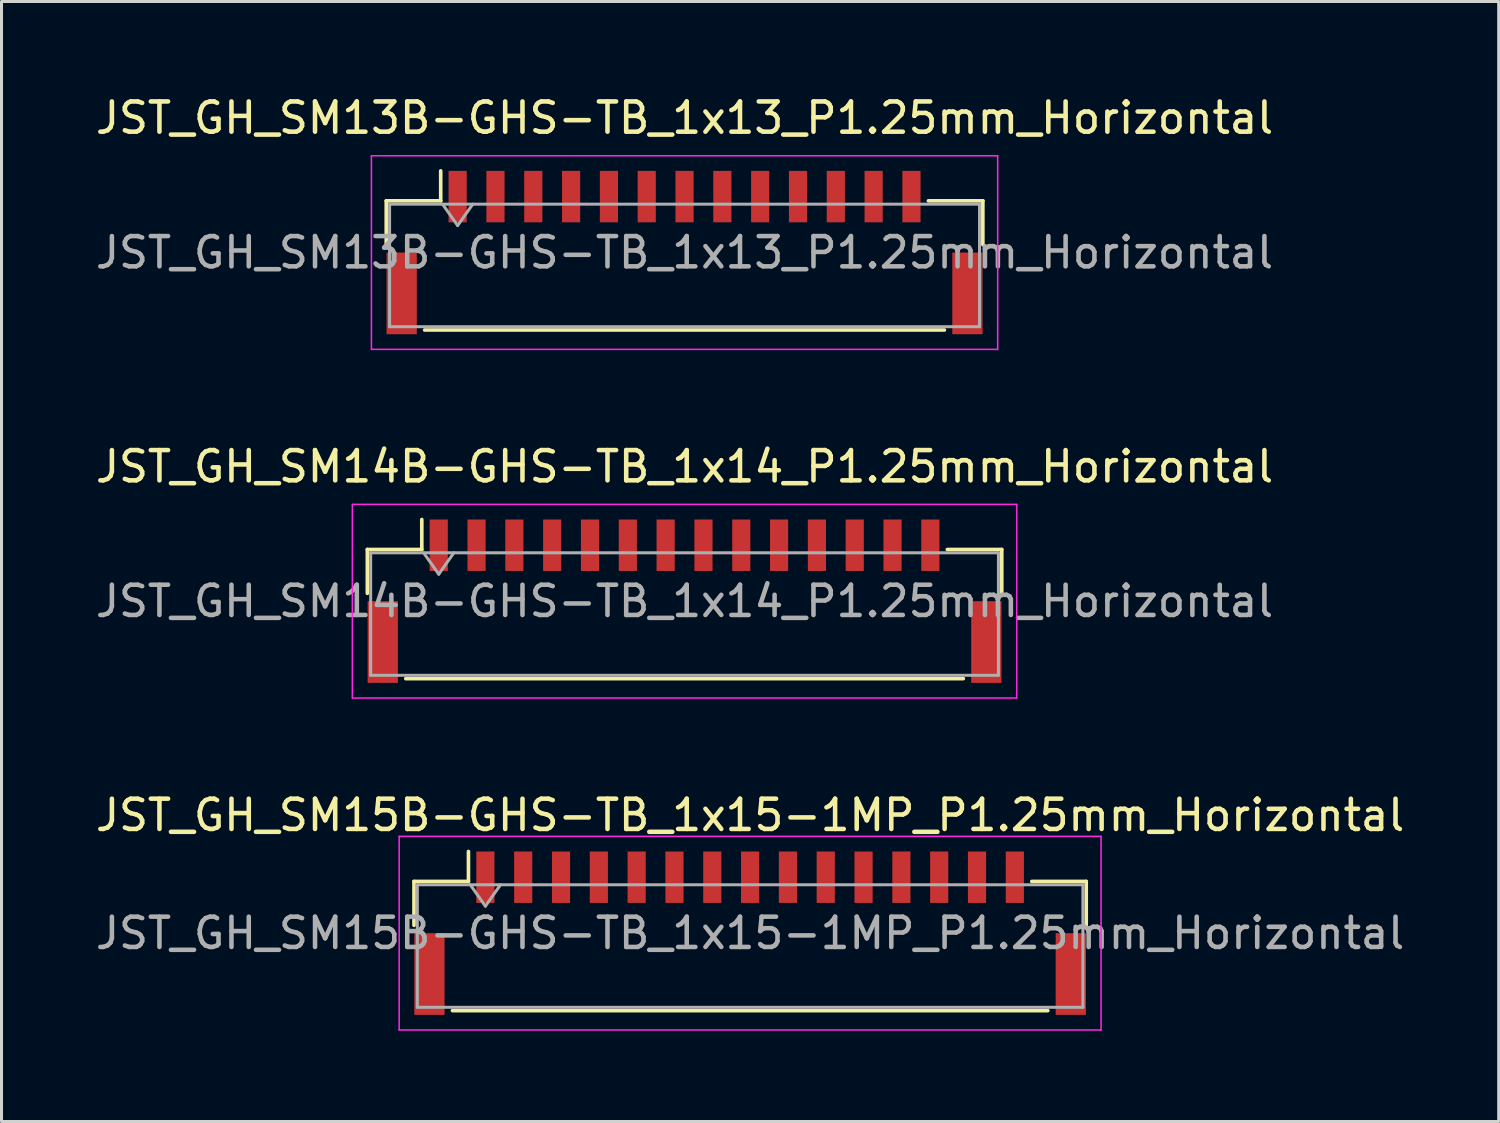
<source format=kicad_pcb>
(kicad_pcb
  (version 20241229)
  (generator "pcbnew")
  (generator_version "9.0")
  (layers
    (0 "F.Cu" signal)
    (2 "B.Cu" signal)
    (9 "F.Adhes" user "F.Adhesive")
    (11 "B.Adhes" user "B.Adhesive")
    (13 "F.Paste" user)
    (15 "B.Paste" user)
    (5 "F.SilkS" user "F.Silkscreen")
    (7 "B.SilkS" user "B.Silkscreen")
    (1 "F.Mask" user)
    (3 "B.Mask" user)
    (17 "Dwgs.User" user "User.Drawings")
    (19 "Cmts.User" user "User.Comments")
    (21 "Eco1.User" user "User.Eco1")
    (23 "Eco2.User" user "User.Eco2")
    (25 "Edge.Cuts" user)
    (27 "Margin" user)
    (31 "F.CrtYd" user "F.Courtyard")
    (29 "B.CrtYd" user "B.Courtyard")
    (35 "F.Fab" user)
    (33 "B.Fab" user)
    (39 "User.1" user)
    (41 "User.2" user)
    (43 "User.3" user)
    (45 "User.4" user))
  (footprint "JST_GH_SM15B-GHS-TB_1x15-1MP_P1.25mm_Horizontal"
    (layer "F.Cu")
    (at 21.744 27.795)
    (property "Reference" "JST_GH_SM15B-GHS-TB_1x15-1MP_P1.25mm_Horizontal" (at 0 -3.9 0) (layer "F.SilkS") (effects (font (size 1 1) (thickness 0.15))))
    (attr smd)
    (fp_line (start -11.11 -1.71) (end -9.31 -1.71) (stroke (width 0.12) (type solid)) (layer "F.SilkS"))
    (fp_line (start -11.11 -0.26) (end -11.11 -1.71) (stroke (width 0.12) (type solid)) (layer "F.SilkS"))
    (fp_line (start -9.84 2.56) (end 9.84 2.56) (stroke (width 0.12) (type solid)) (layer "F.SilkS"))
    (fp_line (start -9.31 -1.71) (end -9.31 -2.7) (stroke (width 0.12) (type solid)) (layer "F.SilkS"))
    (fp_line (start 11.11 -1.71) (end 9.31 -1.71) (stroke (width 0.12) (type solid)) (layer "F.SilkS"))
    (fp_line (start 11.11 -0.26) (end 11.11 -1.71) (stroke (width 0.12) (type solid)) (layer "F.SilkS"))
    (fp_line (start -11.6 -3.2) (end -11.6 3.2) (stroke (width 0.05) (type solid)) (layer "F.CrtYd"))
    (fp_line (start -11.6 3.2) (end 11.6 3.2) (stroke (width 0.05) (type solid)) (layer "F.CrtYd"))
    (fp_line (start 11.6 -3.2) (end -11.6 -3.2) (stroke (width 0.05) (type solid)) (layer "F.CrtYd"))
    (fp_line (start 11.6 3.2) (end 11.6 -3.2) (stroke (width 0.05) (type solid)) (layer "F.CrtYd"))
    (fp_line (start -11 -1.6) (end -11 2.45) (stroke (width 0.1) (type solid)) (layer "F.Fab"))
    (fp_line (start -11 -1.6) (end 11 -1.6) (stroke (width 0.1) (type solid)) (layer "F.Fab"))
    (fp_line (start -11 2.45) (end 11 2.45) (stroke (width 0.1) (type solid)) (layer "F.Fab"))
    (fp_line (start -9.25 -1.6) (end -8.75 -0.893) (stroke (width 0.1) (type solid)) (layer "F.Fab"))
    (fp_line (start -8.75 -0.893) (end -8.25 -1.6) (stroke (width 0.1) (type solid)) (layer "F.Fab"))
    (fp_line (start 11 -1.6) (end 11 2.45) (stroke (width 0.1) (type solid)) (layer "F.Fab"))
    (fp_text user "${REFERENCE}" (at 0 0 0) (layer "F.Fab") (effects (font (size 1 1) (thickness 0.15))))
    (pad "1" smd rect (at -8.75 -1.85) (size 0.6 1.7) (layers "F.Cu" "F.Mask" "F.Paste"))
    (pad "2" smd rect (at -7.5 -1.85) (size 0.6 1.7) (layers "F.Cu" "F.Mask" "F.Paste"))
    (pad "3" smd rect (at -6.25 -1.85) (size 0.6 1.7) (layers "F.Cu" "F.Mask" "F.Paste"))
    (pad "4" smd rect (at -5 -1.85) (size 0.6 1.7) (layers "F.Cu" "F.Mask" "F.Paste"))
    (pad "5" smd rect (at -3.75 -1.85) (size 0.6 1.7) (layers "F.Cu" "F.Mask" "F.Paste"))
    (pad "6" smd rect (at -2.5 -1.85) (size 0.6 1.7) (layers "F.Cu" "F.Mask" "F.Paste"))
    (pad "7" smd rect (at -1.25 -1.85) (size 0.6 1.7) (layers "F.Cu" "F.Mask" "F.Paste"))
    (pad "8" smd rect (at 0 -1.85) (size 0.6 1.7) (layers "F.Cu" "F.Mask" "F.Paste"))
    (pad "9" smd rect (at 1.25 -1.85) (size 0.6 1.7) (layers "F.Cu" "F.Mask" "F.Paste"))
    (pad "10" smd rect (at 2.5 -1.85) (size 0.6 1.7) (layers "F.Cu" "F.Mask" "F.Paste"))
    (pad "11" smd rect (at 3.75 -1.85) (size 0.6 1.7) (layers "F.Cu" "F.Mask" "F.Paste"))
    (pad "12" smd rect (at 5 -1.85) (size 0.6 1.7) (layers "F.Cu" "F.Mask" "F.Paste"))
    (pad "13" smd rect (at 6.25 -1.85) (size 0.6 1.7) (layers "F.Cu" "F.Mask" "F.Paste"))
    (pad "14" smd rect (at 7.5 -1.85) (size 0.6 1.7) (layers "F.Cu" "F.Mask" "F.Paste"))
    (pad "15" smd rect (at 8.75 -1.85) (size 0.6 1.7) (layers "F.Cu" "F.Mask" "F.Paste"))
    (pad "MP" smd rect (at -10.6 1.35) (size 1 2.7) (layers "F.Cu" "F.Mask" "F.Paste"))
    (pad "MP" smd rect (at 10.6 1.35) (size 1 2.7) (layers "F.Cu" "F.Mask" "F.Paste")))
  (footprint "JST_GH_SM13B-GHS-TB_1x13_P1.25mm_Horizontal"
    (layer "F.Cu")
    (at 19.577 5.298)
    (property "Reference" "JST_GH_SM13B-GHS-TB_1x13_P1.25mm_Horizontal" (at 0 -4.45 0) (layer "F.SilkS") (effects (font (size 1 1) (thickness 0.15))))
    (attr smd)
    (fp_line (start -9.86 -1.71) (end -8.06 -1.71) (stroke (width 0.12) (type solid)) (layer "F.SilkS"))
    (fp_line (start -9.86 -0.26) (end -9.86 -1.71) (stroke (width 0.12) (type solid)) (layer "F.SilkS"))
    (fp_line (start -8.59 2.56) (end 8.59 2.56) (stroke (width 0.12) (type solid)) (layer "F.SilkS"))
    (fp_line (start -8.06 -1.71) (end -8.06 -2.7) (stroke (width 0.12) (type solid)) (layer "F.SilkS"))
    (fp_line (start 9.86 -1.71) (end 8.06 -1.71) (stroke (width 0.12) (type solid)) (layer "F.SilkS"))
    (fp_line (start 9.86 -0.26) (end 9.86 -1.71) (stroke (width 0.12) (type solid)) (layer "F.SilkS"))
    (fp_line (start -10.35 -3.2) (end -10.35 3.2) (stroke (width 0.05) (type solid)) (layer "F.CrtYd"))
    (fp_line (start -10.35 3.2) (end 10.35 3.2) (stroke (width 0.05) (type solid)) (layer "F.CrtYd"))
    (fp_line (start 10.35 -3.2) (end -10.35 -3.2) (stroke (width 0.05) (type solid)) (layer "F.CrtYd"))
    (fp_line (start 10.35 3.2) (end 10.35 -3.2) (stroke (width 0.05) (type solid)) (layer "F.CrtYd"))
    (fp_line (start -9.75 -1.6) (end -9.75 2.45) (stroke (width 0.1) (type solid)) (layer "F.Fab"))
    (fp_line (start -9.75 -1.6) (end 9.75 -1.6) (stroke (width 0.1) (type solid)) (layer "F.Fab"))
    (fp_line (start -9.75 2.45) (end 9.75 2.45) (stroke (width 0.1) (type solid)) (layer "F.Fab"))
    (fp_line (start -8 -1.6) (end -7.5 -0.893) (stroke (width 0.1) (type solid)) (layer "F.Fab"))
    (fp_line (start -7.5 -0.893) (end -7 -1.6) (stroke (width 0.1) (type solid)) (layer "F.Fab"))
    (fp_line (start 9.75 -1.6) (end 9.75 2.45) (stroke (width 0.1) (type solid)) (layer "F.Fab"))
    (fp_text user "${REFERENCE}" (at 0 0 0) (layer "F.Fab") (effects (font (size 1 1) (thickness 0.15))))
    (pad "" smd rect (at -9.35 1.35) (size 1 2.7) (layers "F.Cu" "F.Mask" "F.Paste"))
    (pad "" smd rect (at 9.35 1.35) (size 1 2.7) (layers "F.Cu" "F.Mask" "F.Paste"))
    (pad "1" smd rect (at -7.5 -1.85) (size 0.6 1.7) (layers "F.Cu" "F.Mask" "F.Paste"))
    (pad "2" smd rect (at -6.25 -1.85) (size 0.6 1.7) (layers "F.Cu" "F.Mask" "F.Paste"))
    (pad "3" smd rect (at -5 -1.85) (size 0.6 1.7) (layers "F.Cu" "F.Mask" "F.Paste"))
    (pad "4" smd rect (at -3.75 -1.85) (size 0.6 1.7) (layers "F.Cu" "F.Mask" "F.Paste"))
    (pad "5" smd rect (at -2.5 -1.85) (size 0.6 1.7) (layers "F.Cu" "F.Mask" "F.Paste"))
    (pad "6" smd rect (at -1.25 -1.85) (size 0.6 1.7) (layers "F.Cu" "F.Mask" "F.Paste"))
    (pad "7" smd rect (at 0 -1.85) (size 0.6 1.7) (layers "F.Cu" "F.Mask" "F.Paste"))
    (pad "8" smd rect (at 1.25 -1.85) (size 0.6 1.7) (layers "F.Cu" "F.Mask" "F.Paste"))
    (pad "9" smd rect (at 2.5 -1.85) (size 0.6 1.7) (layers "F.Cu" "F.Mask" "F.Paste"))
    (pad "10" smd rect (at 3.75 -1.85) (size 0.6 1.7) (layers "F.Cu" "F.Mask" "F.Paste"))
    (pad "11" smd rect (at 5 -1.85) (size 0.6 1.7) (layers "F.Cu" "F.Mask" "F.Paste"))
    (pad "12" smd rect (at 6.25 -1.85) (size 0.6 1.7) (layers "F.Cu" "F.Mask" "F.Paste"))
    (pad "13" smd rect (at 7.5 -1.85) (size 0.6 1.7) (layers "F.Cu" "F.Mask" "F.Paste")))
  (footprint "JST_GH_SM14B-GHS-TB_1x14_P1.25mm_Horizontal"
    (layer "F.Cu")
    (at 19.577 16.822)
    (property "Reference" "JST_GH_SM14B-GHS-TB_1x14_P1.25mm_Horizontal" (at 0 -4.45 0) (layer "F.SilkS") (effects (font (size 1 1) (thickness 0.15))))
    (attr smd)
    (fp_line (start -10.485 -1.71) (end -8.685 -1.71) (stroke (width 0.12) (type solid)) (layer "F.SilkS"))
    (fp_line (start -10.485 -0.26) (end -10.485 -1.71) (stroke (width 0.12) (type solid)) (layer "F.SilkS"))
    (fp_line (start -9.215 2.56) (end 9.215 2.56) (stroke (width 0.12) (type solid)) (layer "F.SilkS"))
    (fp_line (start -8.685 -1.71) (end -8.685 -2.7) (stroke (width 0.12) (type solid)) (layer "F.SilkS"))
    (fp_line (start 10.485 -1.71) (end 8.685 -1.71) (stroke (width 0.12) (type solid)) (layer "F.SilkS"))
    (fp_line (start 10.485 -0.26) (end 10.485 -1.71) (stroke (width 0.12) (type solid)) (layer "F.SilkS"))
    (fp_line (start -10.98 -3.2) (end -10.98 3.2) (stroke (width 0.05) (type solid)) (layer "F.CrtYd"))
    (fp_line (start -10.98 3.2) (end 10.98 3.2) (stroke (width 0.05) (type solid)) (layer "F.CrtYd"))
    (fp_line (start 10.98 -3.2) (end -10.98 -3.2) (stroke (width 0.05) (type solid)) (layer "F.CrtYd"))
    (fp_line (start 10.98 3.2) (end 10.98 -3.2) (stroke (width 0.05) (type solid)) (layer "F.CrtYd"))
    (fp_line (start -10.375 -1.6) (end -10.375 2.45) (stroke (width 0.1) (type solid)) (layer "F.Fab"))
    (fp_line (start -10.375 -1.6) (end 10.375 -1.6) (stroke (width 0.1) (type solid)) (layer "F.Fab"))
    (fp_line (start -10.375 2.45) (end 10.375 2.45) (stroke (width 0.1) (type solid)) (layer "F.Fab"))
    (fp_line (start -8.625 -1.6) (end -8.125 -0.893) (stroke (width 0.1) (type solid)) (layer "F.Fab"))
    (fp_line (start -8.125 -0.893) (end -7.625 -1.6) (stroke (width 0.1) (type solid)) (layer "F.Fab"))
    (fp_line (start 10.375 -1.6) (end 10.375 2.45) (stroke (width 0.1) (type solid)) (layer "F.Fab"))
    (fp_text user "${REFERENCE}" (at 0 0 0) (layer "F.Fab") (effects (font (size 1 1) (thickness 0.15))))
    (pad "" smd rect (at -9.975 1.35) (size 1 2.7) (layers "F.Cu" "F.Mask" "F.Paste"))
    (pad "" smd rect (at 9.975 1.35) (size 1 2.7) (layers "F.Cu" "F.Mask" "F.Paste"))
    (pad "1" smd rect (at -8.125 -1.85) (size 0.6 1.7) (layers "F.Cu" "F.Mask" "F.Paste"))
    (pad "2" smd rect (at -6.875 -1.85) (size 0.6 1.7) (layers "F.Cu" "F.Mask" "F.Paste"))
    (pad "3" smd rect (at -5.625 -1.85) (size 0.6 1.7) (layers "F.Cu" "F.Mask" "F.Paste"))
    (pad "4" smd rect (at -4.375 -1.85) (size 0.6 1.7) (layers "F.Cu" "F.Mask" "F.Paste"))
    (pad "5" smd rect (at -3.125 -1.85) (size 0.6 1.7) (layers "F.Cu" "F.Mask" "F.Paste"))
    (pad "6" smd rect (at -1.875 -1.85) (size 0.6 1.7) (layers "F.Cu" "F.Mask" "F.Paste"))
    (pad "7" smd rect (at -0.625 -1.85) (size 0.6 1.7) (layers "F.Cu" "F.Mask" "F.Paste"))
    (pad "8" smd rect (at 0.625 -1.85) (size 0.6 1.7) (layers "F.Cu" "F.Mask" "F.Paste"))
    (pad "9" smd rect (at 1.875 -1.85) (size 0.6 1.7) (layers "F.Cu" "F.Mask" "F.Paste"))
    (pad "10" smd rect (at 3.125 -1.85) (size 0.6 1.7) (layers "F.Cu" "F.Mask" "F.Paste"))
    (pad "11" smd rect (at 4.375 -1.85) (size 0.6 1.7) (layers "F.Cu" "F.Mask" "F.Paste"))
    (pad "12" smd rect (at 5.625 -1.85) (size 0.6 1.7) (layers "F.Cu" "F.Mask" "F.Paste"))
    (pad "13" smd rect (at 6.875 -1.85) (size 0.6 1.7) (layers "F.Cu" "F.Mask" "F.Paste"))
    (pad "14" smd rect (at 8.125 -1.85) (size 0.6 1.7) (layers "F.Cu" "F.Mask" "F.Paste")))
  (gr_rect
    (start -3 -3)
    (end 46.488 34.02)
    (stroke (width 0.1) (type default))
    (fill no)
    (layer "Edge.Cuts")))
</source>
